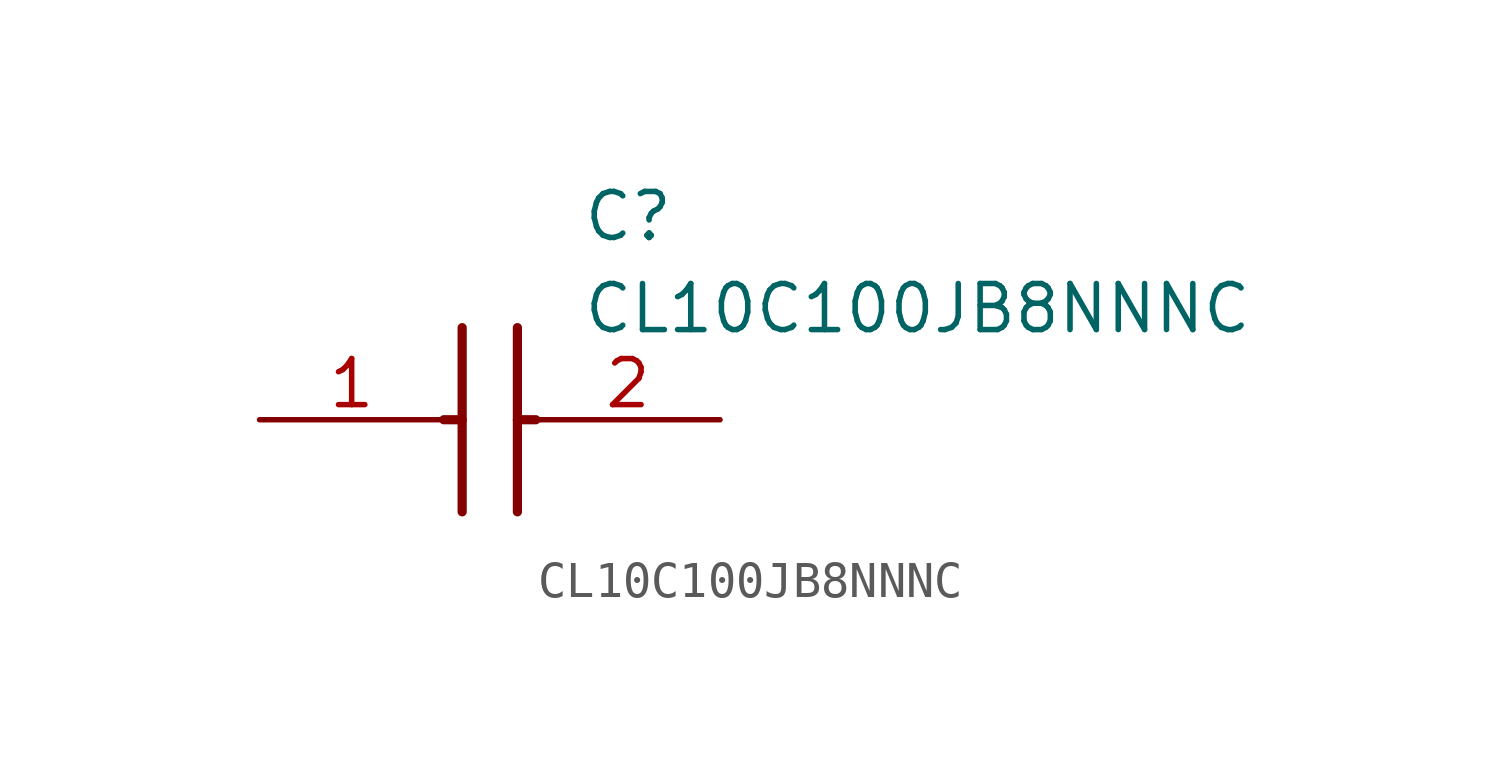
<source format=kicad_sym>
(kicad_symbol_lib
  (version 20211014)
  (generator SamacSys_ECAD_Model)
  (symbol "CL10C100JB8NNNC"
    (pin_names hide)
    (property "Reference" "C"
      (at 8.89 6.35 0)
      (effects (font (size 1.27 1.27)) (justify left top)))
    (property "Value" "CL10C100JB8NNNC"
      (at 8.89 3.81 0)
      (effects (font (size 1.27 1.27)) (justify left top)))
    (polyline
      (pts (xy 5.588 2.54) (xy 5.588 -2.54))
      (stroke (width 0.254) (type default))
      (fill (type none)))
    (polyline
      (pts (xy 7.112 2.54) (xy 7.112 -2.54))
      (stroke (width 0.254) (type default))
      (fill (type none)))
    (polyline
      (pts (xy 5.08 0) (xy 5.588 0))
      (stroke (width 0.254) (type default))
      (fill (type none)))
    (polyline
      (pts (xy 7.112 0) (xy 7.62 0))
      (stroke (width 0.254) (type default))
      (fill (type none)))
    (pin passive line
      (at 0 0 0)
      (length 5.08)
      (name "1" (effects (font (size 1.27 1.27))))
      (number "1" (effects (font (size 1.27 1.27)))))
    (pin passive line
      (at 12.7 0 180)
      (length 5.08)
      (name "2" (effects (font (size 1.27 1.27))))
      (number "2" (effects (font (size 1.27 1.27)))))))
</source>
